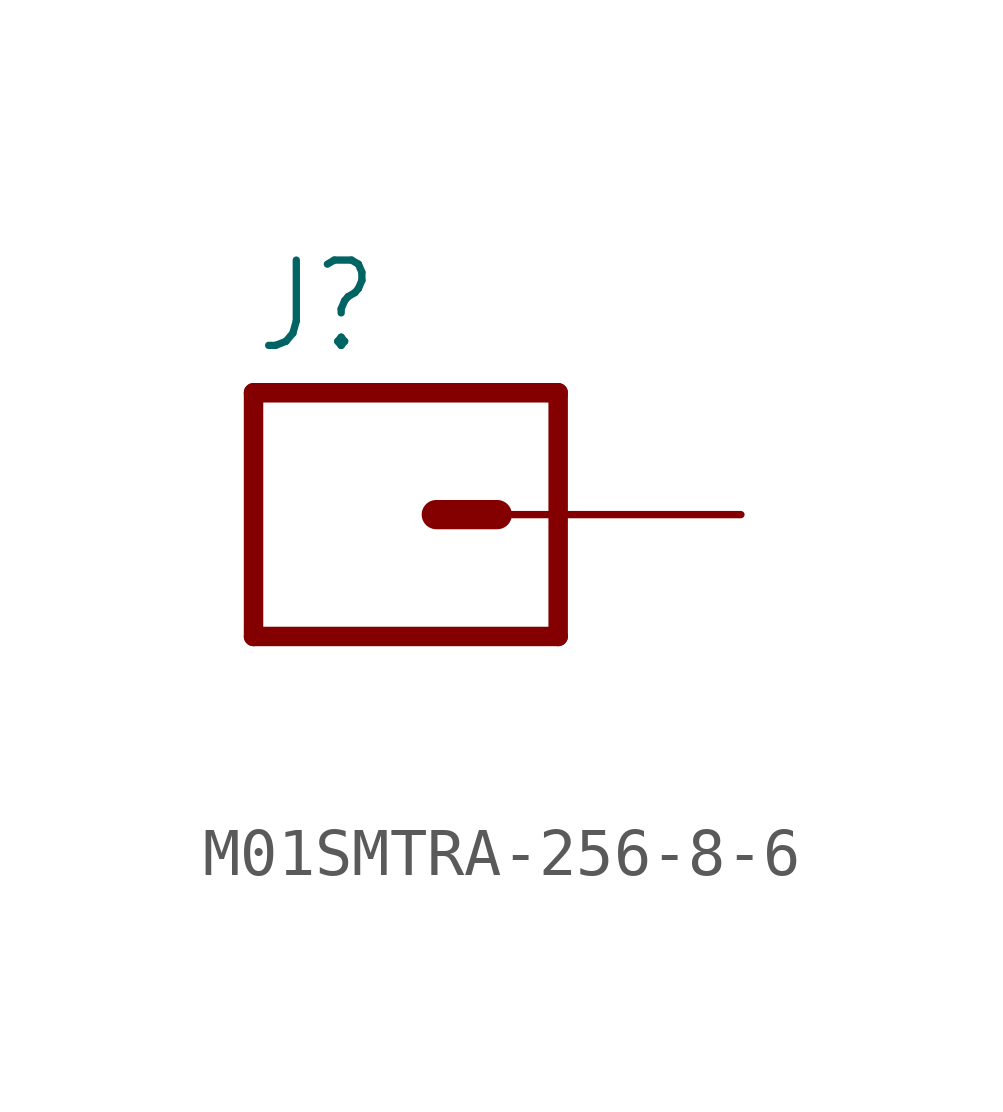
<source format=kicad_sym>
(kicad_symbol_lib
  (version 20231120)
  (generator "kicad_symbol_editor")
  (generator_version "8.0")
  (symbol "M01SMTRA-256-8-6"
    (property "Reference" "J"
      (at -2.54 3.302 0)
      (effects (font (size 1.778 1.511)) (justify left bottom)))
    (property "Value" ""
      (at -2.54 -5.08 0)
      (effects (font (size 1.778 1.511)) (justify left bottom)))
    (property "ki_locked" ""
      (at 0 0 0)
      (effects (font (size 1.27 1.27))))
    (symbol "M01SMTRA-256-8-6_1_0"
      (polyline (pts (xy -2.54 2.54) (xy -2.54 -2.54)) (stroke (width 0.406) (type solid)) (fill (type none)))
      (polyline (pts (xy -2.54 2.54) (xy 3.81 2.54)) (stroke (width 0.406) (type solid)) (fill (type none)))
      (polyline (pts (xy 1.27 0) (xy 2.54 0)) (stroke (width 0.61) (type solid)) (fill (type none)))
      (polyline (pts (xy 3.81 -2.54) (xy -2.54 -2.54)) (stroke (width 0.406) (type solid)) (fill (type none)))
      (polyline (pts (xy 3.81 -2.54) (xy 3.81 2.54)) (stroke (width 0.406) (type solid)) (fill (type none)))
      (pin passive line (at 7.62 0 180) (length 5.08) (name "1" (effects (font (size 0 0)))) (number "P$1" (effects (font (size 0 0))))))))
</source>
